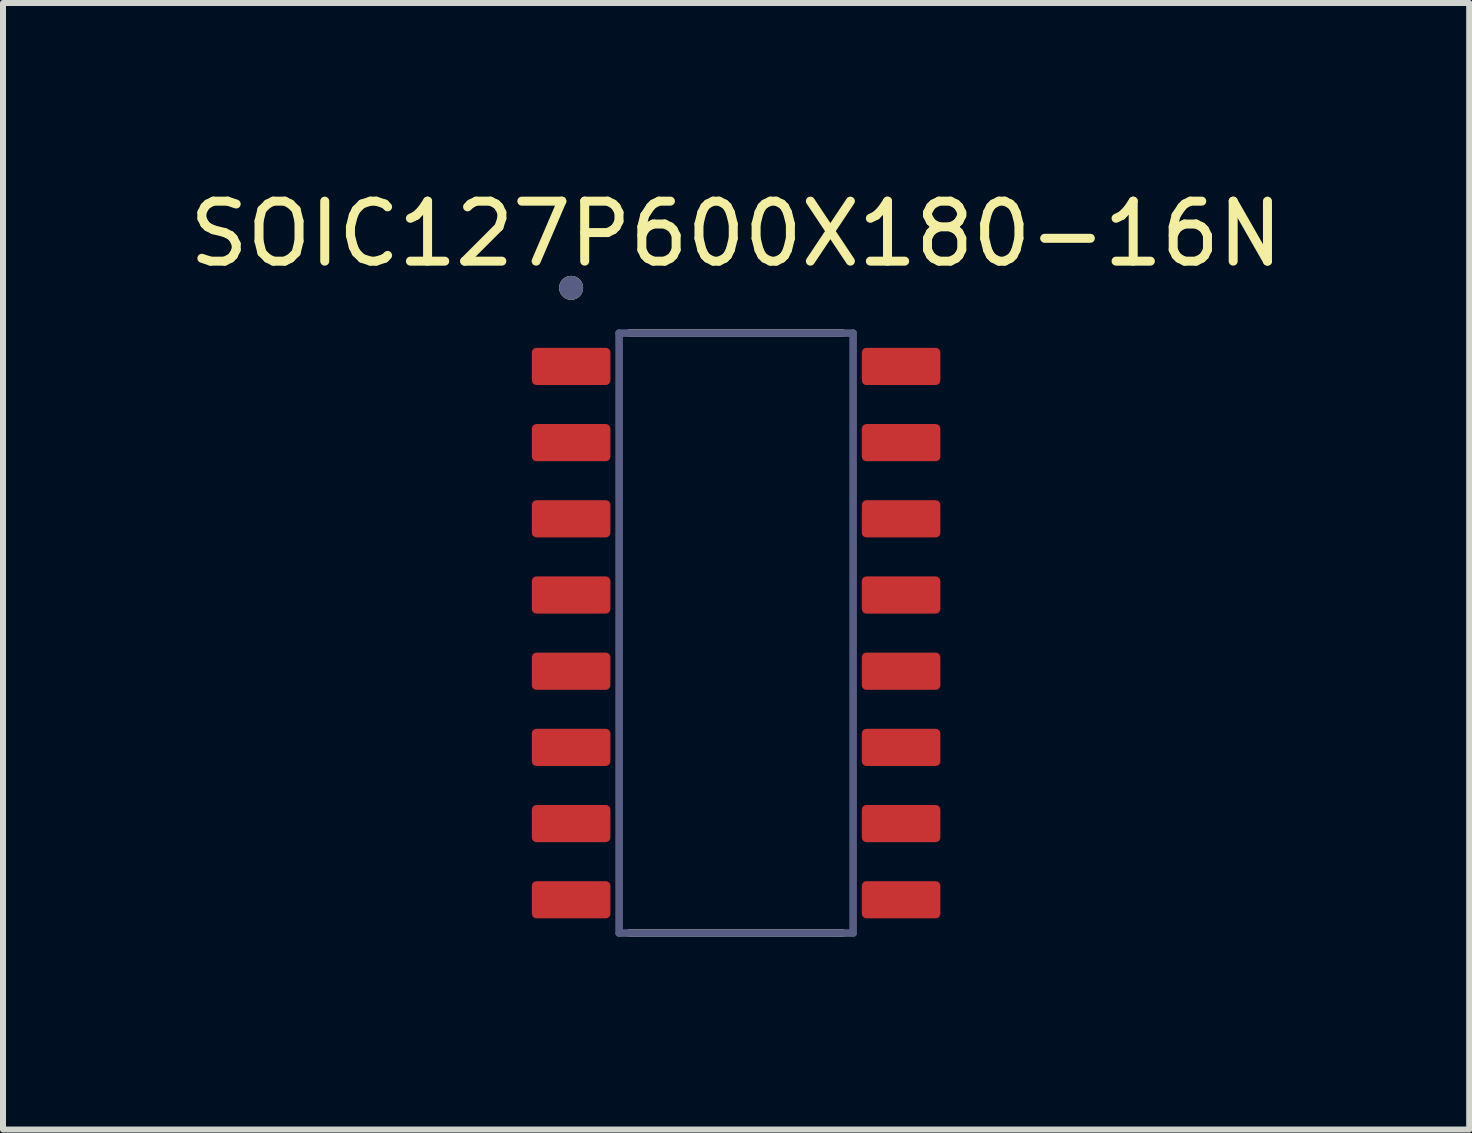
<source format=kicad_pcb>
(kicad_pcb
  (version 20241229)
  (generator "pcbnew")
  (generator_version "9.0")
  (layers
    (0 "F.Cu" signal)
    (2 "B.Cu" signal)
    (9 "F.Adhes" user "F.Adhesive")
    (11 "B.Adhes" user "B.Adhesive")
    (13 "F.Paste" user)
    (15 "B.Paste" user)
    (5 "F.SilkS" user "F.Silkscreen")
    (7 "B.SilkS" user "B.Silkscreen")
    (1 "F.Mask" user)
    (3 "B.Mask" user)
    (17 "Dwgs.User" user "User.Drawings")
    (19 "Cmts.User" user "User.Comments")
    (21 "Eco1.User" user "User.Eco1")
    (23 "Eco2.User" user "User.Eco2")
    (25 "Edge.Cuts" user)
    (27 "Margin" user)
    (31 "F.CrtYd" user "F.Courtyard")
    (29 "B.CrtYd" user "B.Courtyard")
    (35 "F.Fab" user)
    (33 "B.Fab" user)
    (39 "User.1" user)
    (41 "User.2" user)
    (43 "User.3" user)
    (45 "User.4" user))
  (footprint "SOIC127P600X180-16N"
    (layer "F.Cu")
    (at 9.22 7.503)
    (property "Reference" "SOIC127P600X180-16N" (at 0 -6.655 0) (layer "F.SilkS") (effects (font (size 1 1) (thickness 0.15))))
    (fp_line (start -1.775 -5) (end 1.775 -5) (stroke (width 0.127) (type solid)) (layer "F.SilkS"))
    (fp_line (start -1.775 5) (end 1.775 5) (stroke (width 0.127) (type solid)) (layer "F.SilkS"))
    (fp_circle (center -2.75 -5.755) (end -2.75 -5.855) (stroke (width 0.2) (type solid)) (fill no) (layer "F.SilkS"))
    (fp_line (start -3.655 -5.25) (end 3.655 -5.25) (stroke (width 0.05) (type solid)) (layer "Eco2.User"))
    (fp_line (start -3.655 5.25) (end -3.655 -5.25) (stroke (width 0.05) (type solid)) (layer "Eco2.User"))
    (fp_line (start -3.655 5.25) (end 3.655 5.25) (stroke (width 0.05) (type solid)) (layer "Eco2.User"))
    (fp_line (start 3.655 5.25) (end 3.655 -5.25) (stroke (width 0.05) (type solid)) (layer "Eco2.User"))
    (fp_line (start -1.95 -5) (end 1.95 -5) (stroke (width 0.127) (type solid)) (layer "B.Fab"))
    (fp_line (start -1.95 5) (end -1.95 -5) (stroke (width 0.127) (type solid)) (layer "B.Fab"))
    (fp_line (start -1.95 5) (end 1.95 5) (stroke (width 0.127) (type solid)) (layer "B.Fab"))
    (fp_line (start 1.95 5) (end 1.95 -5) (stroke (width 0.127) (type solid)) (layer "B.Fab"))
    (fp_circle (center -2.75 -5.755) (end -2.75 -5.855) (stroke (width 0.2) (type solid)) (fill no) (layer "B.Fab"))
    (pad "1" smd roundrect (at -2.75 -4.445) (size 1.31 0.62) (layers "F.Cu" "F.Mask" "F.Paste") (roundrect_rratio 0.125))
    (pad "2" smd roundrect (at -2.75 -3.175) (size 1.31 0.62) (layers "F.Cu" "F.Mask" "F.Paste") (roundrect_rratio 0.125))
    (pad "3" smd roundrect (at -2.75 -1.905) (size 1.31 0.62) (layers "F.Cu" "F.Mask" "F.Paste") (roundrect_rratio 0.125))
    (pad "4" smd roundrect (at -2.75 -0.635) (size 1.31 0.62) (layers "F.Cu" "F.Mask" "F.Paste") (roundrect_rratio 0.125))
    (pad "5" smd roundrect (at -2.75 0.635) (size 1.31 0.62) (layers "F.Cu" "F.Mask" "F.Paste") (roundrect_rratio 0.125))
    (pad "6" smd roundrect (at -2.75 1.905) (size 1.31 0.62) (layers "F.Cu" "F.Mask" "F.Paste") (roundrect_rratio 0.125))
    (pad "7" smd roundrect (at -2.75 3.175) (size 1.31 0.62) (layers "F.Cu" "F.Mask" "F.Paste") (roundrect_rratio 0.125))
    (pad "8" smd roundrect (at -2.75 4.445) (size 1.31 0.62) (layers "F.Cu" "F.Mask" "F.Paste") (roundrect_rratio 0.125))
    (pad "9" smd roundrect (at 2.75 4.445) (size 1.31 0.62) (layers "F.Cu" "F.Mask" "F.Paste") (roundrect_rratio 0.125))
    (pad "10" smd roundrect (at 2.75 3.175) (size 1.31 0.62) (layers "F.Cu" "F.Mask" "F.Paste") (roundrect_rratio 0.125))
    (pad "11" smd roundrect (at 2.75 1.905) (size 1.31 0.62) (layers "F.Cu" "F.Mask" "F.Paste") (roundrect_rratio 0.125))
    (pad "12" smd roundrect (at 2.75 0.635) (size 1.31 0.62) (layers "F.Cu" "F.Mask" "F.Paste") (roundrect_rratio 0.125))
    (pad "13" smd roundrect (at 2.75 -0.635) (size 1.31 0.62) (layers "F.Cu" "F.Mask" "F.Paste") (roundrect_rratio 0.125))
    (pad "14" smd roundrect (at 2.75 -1.905) (size 1.31 0.62) (layers "F.Cu" "F.Mask" "F.Paste") (roundrect_rratio 0.125))
    (pad "15" smd roundrect (at 2.75 -3.175) (size 1.31 0.62) (layers "F.Cu" "F.Mask" "F.Paste") (roundrect_rratio 0.125))
    (pad "16" smd roundrect (at 2.75 -4.445) (size 1.31 0.62) (layers "F.Cu" "F.Mask" "F.Paste") (roundrect_rratio 0.125)))
  (gr_rect
    (start -3 -3)
    (end 21.44 15.778)
    (stroke (width 0.1) (type default))
    (fill no)
    (layer "Edge.Cuts")))
</source>
